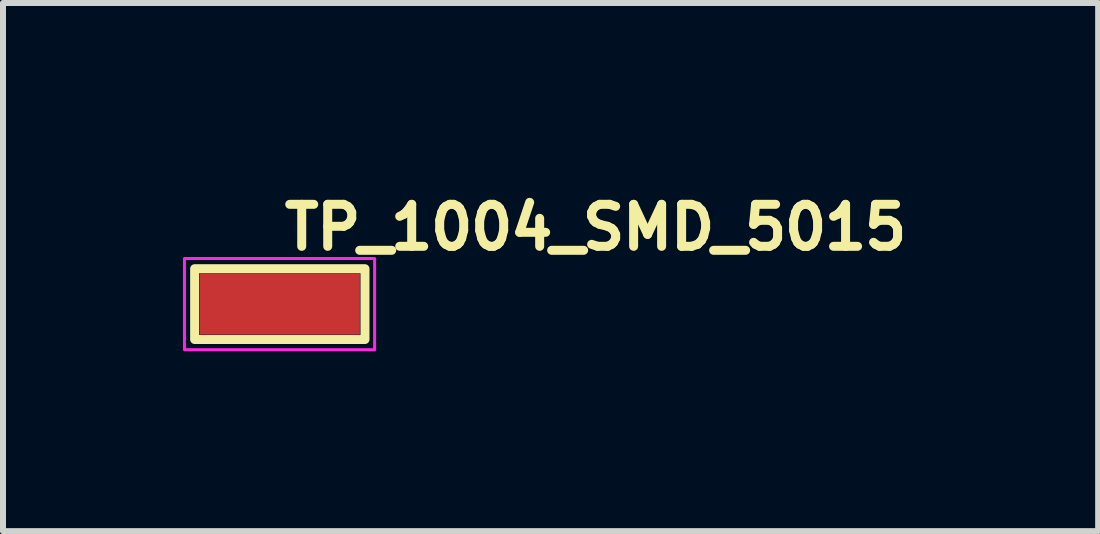
<source format=kicad_pcb>
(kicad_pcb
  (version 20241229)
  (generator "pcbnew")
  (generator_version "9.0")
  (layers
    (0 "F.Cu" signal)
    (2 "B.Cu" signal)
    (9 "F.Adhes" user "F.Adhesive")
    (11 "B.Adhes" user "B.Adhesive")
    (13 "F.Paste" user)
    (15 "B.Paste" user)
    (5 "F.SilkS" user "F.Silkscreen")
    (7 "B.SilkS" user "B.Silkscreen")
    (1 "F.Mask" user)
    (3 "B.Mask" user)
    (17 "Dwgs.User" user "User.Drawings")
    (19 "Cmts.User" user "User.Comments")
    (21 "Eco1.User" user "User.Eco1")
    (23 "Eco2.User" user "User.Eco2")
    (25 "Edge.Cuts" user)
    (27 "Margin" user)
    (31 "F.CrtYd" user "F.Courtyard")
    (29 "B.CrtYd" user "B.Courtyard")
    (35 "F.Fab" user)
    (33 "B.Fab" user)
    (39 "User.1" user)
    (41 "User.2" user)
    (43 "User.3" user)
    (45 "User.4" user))
  (footprint "TP_1004_SMD_5015"
    (layer "F.Cu")
    (at 1.615 2.02)
    (property "Reference" "TP_1004_SMD_5015" (at 0 -0.87 0) (layer "F.SilkS") (effects (font (size 0.7 0.7) (thickness 0.15)) (justify left bottom)))
    (attr smd)
    (fp_rect (start -1.42 -0.59) (end 1.42 0.59) (stroke (width 0.15) (type solid)) (fill no) (layer "F.SilkS"))
    (fp_rect (start -1.59 -0.76) (end 1.58 0.76) (stroke (width 0.05) (type solid)) (fill no) (layer "F.CrtYd"))
    (fp_rect (start -1.333 -0.508) (end 1.333 0.508) (stroke (width 0.1) (type solid)) (fill no) (layer "User.5"))
    (fp_line (start -1.333 -0.508) (end -1.286 -0.508) (stroke (width 0.02) (type solid)) (layer "User.9"))
    (fp_line (start -1.333 0.508) (end -1.333 -0.508) (stroke (width 0.02) (type solid)) (layer "User.9"))
    (fp_line (start -1.333 0.508) (end -1.286 0.508) (stroke (width 0.02) (type solid)) (layer "User.9"))
    (fp_line (start -1.286 -0.508) (end -0.812 -0.508) (stroke (width 0.02) (type solid)) (layer "User.9"))
    (fp_line (start -1.286 0.508) (end -0.812 0.508) (stroke (width 0.02) (type solid)) (layer "User.9"))
    (fp_line (start -0.812 -0.508) (end -0.508 -0.508) (stroke (width 0.02) (type solid)) (layer "User.9"))
    (fp_line (start -0.812 0.508) (end -0.508 0.508) (stroke (width 0.02) (type solid)) (layer "User.9"))
    (fp_line (start 0.508 -0.508) (end -0.508 -0.508) (stroke (width 0.02) (type solid)) (layer "User.9"))
    (fp_line (start 0.508 0.508) (end -0.508 0.508) (stroke (width 0.02) (type solid)) (layer "User.9"))
    (fp_line (start 0.812 -0.508) (end 0.508 -0.508) (stroke (width 0.02) (type solid)) (layer "User.9"))
    (fp_line (start 0.812 0.508) (end 0.508 0.508) (stroke (width 0.02) (type solid)) (layer "User.9"))
    (fp_line (start 1.286 -0.508) (end 0.812 -0.508) (stroke (width 0.02) (type solid)) (layer "User.9"))
    (fp_line (start 1.286 0.508) (end 0.812 0.508) (stroke (width 0.02) (type solid)) (layer "User.9"))
    (fp_line (start 1.333 -0.508) (end 1.286 -0.508) (stroke (width 0.02) (type solid)) (layer "User.9"))
    (fp_line (start 1.333 0.508) (end 1.286 0.508) (stroke (width 0.02) (type solid)) (layer "User.9"))
    (fp_line (start 1.333 0.508) (end 1.333 -0.508) (stroke (width 0.02) (type solid)) (layer "User.9"))
    (pad "1" smd rect (at 0 0) (size 2.67 1.02) (layers "F.Cu" "F.Mask" "F.Paste")))
  (gr_rect
    (start -3 -3)
    (end 15.258 5.805)
    (stroke (width 0.1) (type default))
    (fill no)
    (layer "Edge.Cuts")))
</source>
